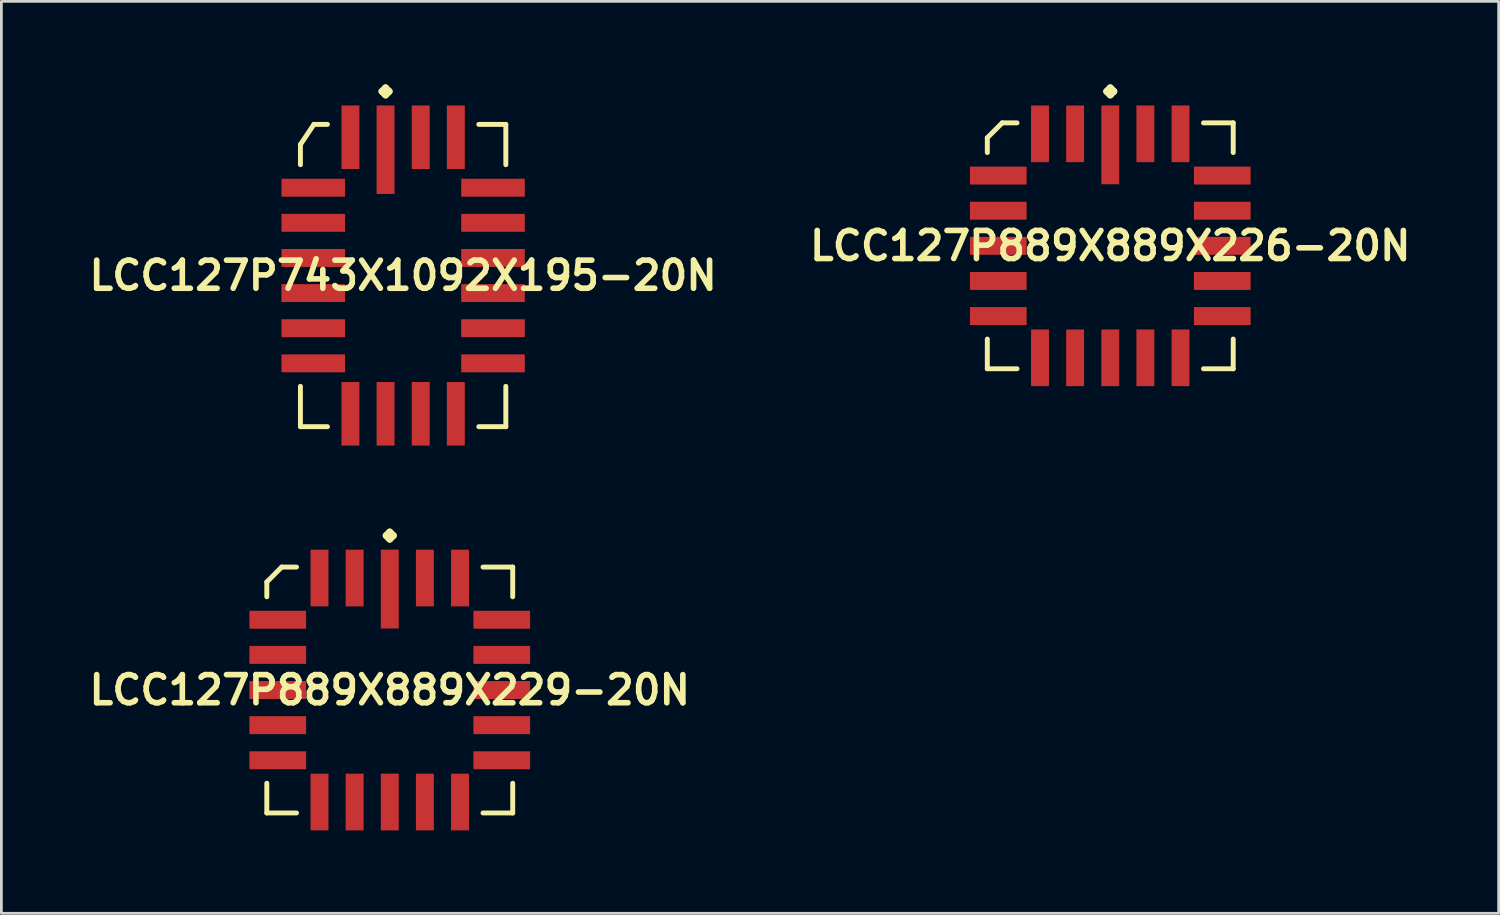
<source format=kicad_pcb>
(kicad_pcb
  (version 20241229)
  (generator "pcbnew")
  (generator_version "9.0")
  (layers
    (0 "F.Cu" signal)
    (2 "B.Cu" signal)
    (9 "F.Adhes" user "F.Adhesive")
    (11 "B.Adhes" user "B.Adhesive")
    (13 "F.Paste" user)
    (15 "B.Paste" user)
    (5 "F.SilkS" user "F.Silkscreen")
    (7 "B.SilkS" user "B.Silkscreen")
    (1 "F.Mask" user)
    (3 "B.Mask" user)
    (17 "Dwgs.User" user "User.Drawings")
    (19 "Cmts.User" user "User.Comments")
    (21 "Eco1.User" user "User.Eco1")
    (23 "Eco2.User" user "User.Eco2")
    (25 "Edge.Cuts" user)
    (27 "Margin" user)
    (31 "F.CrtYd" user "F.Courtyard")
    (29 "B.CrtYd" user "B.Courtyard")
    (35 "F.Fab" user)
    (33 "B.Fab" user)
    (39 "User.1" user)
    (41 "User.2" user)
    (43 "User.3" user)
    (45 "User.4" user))
  (footprint "LCC127P889X889X229-20N"
    (layer "F.Cu")
    (at 11.041 21.896)
    (property "Reference" "LCC127P889X889X229-20N" (at 0 0 0) (layer "F.SilkS") (effects (font (size 1.016 1.016) (thickness 0.203))))
    (attr smd)
    (fp_line (start -4.445 -3.907) (end -3.907 -4.445) (stroke (width 0.178) (type solid)) (layer "F.SilkS"))
    (fp_line (start -4.445 -3.371) (end -4.445 -3.907) (stroke (width 0.178) (type solid)) (layer "F.SilkS"))
    (fp_line (start -4.445 3.371) (end -4.445 4.445) (stroke (width 0.178) (type solid)) (layer "F.SilkS"))
    (fp_line (start -4.445 4.445) (end -3.371 4.445) (stroke (width 0.178) (type solid)) (layer "F.SilkS"))
    (fp_line (start -3.907 -4.445) (end -3.371 -4.445) (stroke (width 0.178) (type solid)) (layer "F.SilkS"))
    (fp_line (start -0.127 -5.583) (end 0 -5.71) (stroke (width 0.254) (type solid)) (layer "F.SilkS"))
    (fp_line (start 0 -5.71) (end 0.127 -5.583) (stroke (width 0.254) (type solid)) (layer "F.SilkS"))
    (fp_line (start 0 -5.456) (end -0.127 -5.583) (stroke (width 0.254) (type solid)) (layer "F.SilkS"))
    (fp_line (start 0.127 -5.583) (end 0 -5.456) (stroke (width 0.254) (type solid)) (layer "F.SilkS"))
    (fp_line (start 4.445 -4.445) (end 3.371 -4.445) (stroke (width 0.178) (type solid)) (layer "F.SilkS"))
    (fp_line (start 4.445 -3.371) (end 4.445 -4.445) (stroke (width 0.178) (type solid)) (layer "F.SilkS"))
    (fp_line (start 4.445 3.371) (end 4.445 4.445) (stroke (width 0.178) (type solid)) (layer "F.SilkS"))
    (fp_line (start 4.445 4.445) (end 3.371 4.445) (stroke (width 0.178) (type solid)) (layer "F.SilkS"))
    (pad "1" smd rect (at 0 -3.65) (size 0.648 2.85) (layers "F.Cu" "F.Mask" "F.Paste"))
    (pad "2" smd rect (at -1.27 -4.049) (size 0.648 2.05) (layers "F.Cu" "F.Mask" "F.Paste"))
    (pad "3" smd rect (at -2.54 -4.049) (size 0.648 2.05) (layers "F.Cu" "F.Mask" "F.Paste"))
    (pad "4" smd rect (at -4.049 -2.54) (size 2.05 0.648) (layers "F.Cu" "F.Mask" "F.Paste"))
    (pad "5" smd rect (at -4.049 -1.27) (size 2.05 0.648) (layers "F.Cu" "F.Mask" "F.Paste"))
    (pad "6" smd rect (at -4.049 0) (size 2.05 0.648) (layers "F.Cu" "F.Mask" "F.Paste"))
    (pad "7" smd rect (at -4.049 1.27) (size 2.05 0.648) (layers "F.Cu" "F.Mask" "F.Paste"))
    (pad "8" smd rect (at -4.049 2.54) (size 2.05 0.648) (layers "F.Cu" "F.Mask" "F.Paste"))
    (pad "9" smd rect (at -2.54 4.049) (size 0.648 2.05) (layers "F.Cu" "F.Mask" "F.Paste"))
    (pad "10" smd rect (at -1.27 4.049) (size 0.648 2.05) (layers "F.Cu" "F.Mask" "F.Paste"))
    (pad "11" smd rect (at 0 4.049) (size 0.648 2.05) (layers "F.Cu" "F.Mask" "F.Paste"))
    (pad "12" smd rect (at 1.27 4.049) (size 0.648 2.05) (layers "F.Cu" "F.Mask" "F.Paste"))
    (pad "13" smd rect (at 2.54 4.049) (size 0.648 2.05) (layers "F.Cu" "F.Mask" "F.Paste"))
    (pad "14" smd rect (at 4.049 2.54) (size 2.05 0.648) (layers "F.Cu" "F.Mask" "F.Paste"))
    (pad "15" smd rect (at 4.049 1.27) (size 2.05 0.648) (layers "F.Cu" "F.Mask" "F.Paste"))
    (pad "16" smd rect (at 4.049 0) (size 2.05 0.648) (layers "F.Cu" "F.Mask" "F.Paste"))
    (pad "17" smd rect (at 4.049 -1.27) (size 2.05 0.648) (layers "F.Cu" "F.Mask" "F.Paste"))
    (pad "18" smd rect (at 4.049 -2.54) (size 2.05 0.648) (layers "F.Cu" "F.Mask" "F.Paste"))
    (pad "19" smd rect (at 2.54 -4.049) (size 0.648 2.05) (layers "F.Cu" "F.Mask" "F.Paste"))
    (pad "20" smd rect (at 1.27 -4.049) (size 0.648 2.05) (layers "F.Cu" "F.Mask" "F.Paste")))
  (footprint "LCC127P889X889X226-20N"
    (layer "F.Cu")
    (at 37.089 5.837)
    (property "Reference" "LCC127P889X889X226-20N" (at 0 0 0) (layer "F.SilkS") (effects (font (size 1.016 1.016) (thickness 0.203))))
    (attr smd)
    (fp_line (start -4.445 -3.907) (end -3.907 -4.445) (stroke (width 0.178) (type solid)) (layer "F.SilkS"))
    (fp_line (start -4.445 -3.371) (end -4.445 -3.907) (stroke (width 0.178) (type solid)) (layer "F.SilkS"))
    (fp_line (start -4.445 3.371) (end -4.445 4.445) (stroke (width 0.178) (type solid)) (layer "F.SilkS"))
    (fp_line (start -4.445 4.445) (end -3.371 4.445) (stroke (width 0.178) (type solid)) (layer "F.SilkS"))
    (fp_line (start -3.907 -4.445) (end -3.371 -4.445) (stroke (width 0.178) (type solid)) (layer "F.SilkS"))
    (fp_line (start -0.127 -5.583) (end 0 -5.71) (stroke (width 0.254) (type solid)) (layer "F.SilkS"))
    (fp_line (start 0 -5.71) (end 0.127 -5.583) (stroke (width 0.254) (type solid)) (layer "F.SilkS"))
    (fp_line (start 0 -5.456) (end -0.127 -5.583) (stroke (width 0.254) (type solid)) (layer "F.SilkS"))
    (fp_line (start 0.127 -5.583) (end 0 -5.456) (stroke (width 0.254) (type solid)) (layer "F.SilkS"))
    (fp_line (start 4.445 -4.445) (end 3.371 -4.445) (stroke (width 0.178) (type solid)) (layer "F.SilkS"))
    (fp_line (start 4.445 -3.371) (end 4.445 -4.445) (stroke (width 0.178) (type solid)) (layer "F.SilkS"))
    (fp_line (start 4.445 3.371) (end 4.445 4.445) (stroke (width 0.178) (type solid)) (layer "F.SilkS"))
    (fp_line (start 4.445 4.445) (end 3.371 4.445) (stroke (width 0.178) (type solid)) (layer "F.SilkS"))
    (pad "1" smd rect (at 0 -3.65) (size 0.648 2.85) (layers "F.Cu" "F.Mask" "F.Paste"))
    (pad "2" smd rect (at -1.27 -4.049) (size 0.648 2.05) (layers "F.Cu" "F.Mask" "F.Paste"))
    (pad "3" smd rect (at -2.54 -4.049) (size 0.648 2.05) (layers "F.Cu" "F.Mask" "F.Paste"))
    (pad "4" smd rect (at -4.049 -2.54) (size 2.05 0.648) (layers "F.Cu" "F.Mask" "F.Paste"))
    (pad "5" smd rect (at -4.049 -1.27) (size 2.05 0.648) (layers "F.Cu" "F.Mask" "F.Paste"))
    (pad "6" smd rect (at -4.049 0) (size 2.05 0.648) (layers "F.Cu" "F.Mask" "F.Paste"))
    (pad "7" smd rect (at -4.049 1.27) (size 2.05 0.648) (layers "F.Cu" "F.Mask" "F.Paste"))
    (pad "8" smd rect (at -4.049 2.54) (size 2.05 0.648) (layers "F.Cu" "F.Mask" "F.Paste"))
    (pad "9" smd rect (at -2.54 4.049) (size 0.648 2.05) (layers "F.Cu" "F.Mask" "F.Paste"))
    (pad "10" smd rect (at -1.27 4.049) (size 0.648 2.05) (layers "F.Cu" "F.Mask" "F.Paste"))
    (pad "11" smd rect (at 0 4.049) (size 0.648 2.05) (layers "F.Cu" "F.Mask" "F.Paste"))
    (pad "12" smd rect (at 1.27 4.049) (size 0.648 2.05) (layers "F.Cu" "F.Mask" "F.Paste"))
    (pad "13" smd rect (at 2.54 4.049) (size 0.648 2.05) (layers "F.Cu" "F.Mask" "F.Paste"))
    (pad "14" smd rect (at 4.049 2.54) (size 2.05 0.648) (layers "F.Cu" "F.Mask" "F.Paste"))
    (pad "15" smd rect (at 4.049 1.27) (size 2.05 0.648) (layers "F.Cu" "F.Mask" "F.Paste"))
    (pad "16" smd rect (at 4.049 0) (size 2.05 0.648) (layers "F.Cu" "F.Mask" "F.Paste"))
    (pad "17" smd rect (at 4.049 -1.27) (size 2.05 0.648) (layers "F.Cu" "F.Mask" "F.Paste"))
    (pad "18" smd rect (at 4.049 -2.54) (size 2.05 0.648) (layers "F.Cu" "F.Mask" "F.Paste"))
    (pad "19" smd rect (at 2.54 -4.049) (size 0.648 2.05) (layers "F.Cu" "F.Mask" "F.Paste"))
    (pad "20" smd rect (at 1.27 -4.049) (size 0.648 2.05) (layers "F.Cu" "F.Mask" "F.Paste")))
  (footprint "LCC127P743X1092X195-20N"
    (layer "F.Cu")
    (at 11.524 6.911)
    (property "Reference" "LCC127P743X1092X195-20N" (at 0 0 0) (layer "F.SilkS") (effects (font (size 1.016 1.016) (thickness 0.203))))
    (attr smd)
    (fp_line (start -3.713 -4.735) (end -3.226 -5.464) (stroke (width 0.178) (type solid)) (layer "F.SilkS"))
    (fp_line (start -3.713 -4.006) (end -3.713 -4.735) (stroke (width 0.178) (type solid)) (layer "F.SilkS"))
    (fp_line (start -3.713 4.006) (end -3.713 5.464) (stroke (width 0.178) (type solid)) (layer "F.SilkS"))
    (fp_line (start -3.713 5.464) (end -2.736 5.464) (stroke (width 0.178) (type solid)) (layer "F.SilkS"))
    (fp_line (start -3.226 -5.464) (end -2.736 -5.464) (stroke (width 0.178) (type solid)) (layer "F.SilkS"))
    (fp_line (start -0.762 -6.657) (end -0.635 -6.784) (stroke (width 0.254) (type solid)) (layer "F.SilkS"))
    (fp_line (start -0.635 -6.784) (end -0.508 -6.657) (stroke (width 0.254) (type solid)) (layer "F.SilkS"))
    (fp_line (start -0.635 -6.53) (end -0.762 -6.657) (stroke (width 0.254) (type solid)) (layer "F.SilkS"))
    (fp_line (start -0.508 -6.657) (end -0.635 -6.53) (stroke (width 0.254) (type solid)) (layer "F.SilkS"))
    (fp_line (start 3.713 -5.464) (end 2.736 -5.464) (stroke (width 0.178) (type solid)) (layer "F.SilkS"))
    (fp_line (start 3.713 -4.006) (end 3.713 -5.464) (stroke (width 0.178) (type solid)) (layer "F.SilkS"))
    (fp_line (start 3.713 4.006) (end 3.713 5.464) (stroke (width 0.178) (type solid)) (layer "F.SilkS"))
    (fp_line (start 3.713 5.464) (end 2.736 5.464) (stroke (width 0.178) (type solid)) (layer "F.SilkS"))
    (pad "1" smd rect (at -0.635 -4.549) (size 0.648 3.198) (layers "F.Cu" "F.Mask" "F.Paste"))
    (pad "2" smd rect (at -1.905 -4.999) (size 0.648 2.299) (layers "F.Cu" "F.Mask" "F.Paste"))
    (pad "3" smd rect (at -3.249 -3.175) (size 2.299 0.648) (layers "F.Cu" "F.Mask" "F.Paste"))
    (pad "4" smd rect (at -3.249 -1.905) (size 2.299 0.648) (layers "F.Cu" "F.Mask" "F.Paste"))
    (pad "5" smd rect (at -3.249 -0.635) (size 2.299 0.648) (layers "F.Cu" "F.Mask" "F.Paste"))
    (pad "6" smd rect (at -3.249 0.635) (size 2.299 0.648) (layers "F.Cu" "F.Mask" "F.Paste"))
    (pad "7" smd rect (at -3.249 1.905) (size 2.299 0.648) (layers "F.Cu" "F.Mask" "F.Paste"))
    (pad "8" smd rect (at -3.249 3.175) (size 2.299 0.648) (layers "F.Cu" "F.Mask" "F.Paste"))
    (pad "9" smd rect (at -1.905 4.999) (size 0.648 2.299) (layers "F.Cu" "F.Mask" "F.Paste"))
    (pad "10" smd rect (at -0.635 4.999) (size 0.648 2.299) (layers "F.Cu" "F.Mask" "F.Paste"))
    (pad "11" smd rect (at 0.635 4.999) (size 0.648 2.299) (layers "F.Cu" "F.Mask" "F.Paste"))
    (pad "12" smd rect (at 1.905 4.999) (size 0.648 2.299) (layers "F.Cu" "F.Mask" "F.Paste"))
    (pad "13" smd rect (at 3.249 3.175) (size 2.299 0.648) (layers "F.Cu" "F.Mask" "F.Paste"))
    (pad "14" smd rect (at 3.249 1.905) (size 2.299 0.648) (layers "F.Cu" "F.Mask" "F.Paste"))
    (pad "15" smd rect (at 3.249 0.635) (size 2.299 0.648) (layers "F.Cu" "F.Mask" "F.Paste"))
    (pad "16" smd rect (at 3.249 -0.635) (size 2.299 0.648) (layers "F.Cu" "F.Mask" "F.Paste"))
    (pad "17" smd rect (at 3.249 -1.905) (size 2.299 0.648) (layers "F.Cu" "F.Mask" "F.Paste"))
    (pad "18" smd rect (at 3.249 -3.175) (size 2.299 0.648) (layers "F.Cu" "F.Mask" "F.Paste"))
    (pad "19" smd rect (at 1.905 -4.999) (size 0.648 2.299) (layers "F.Cu" "F.Mask" "F.Paste"))
    (pad "20" smd rect (at 0.635 -4.999) (size 0.648 2.299) (layers "F.Cu" "F.Mask" "F.Paste")))
  (gr_rect
    (start -3 -3)
    (end 51.13 29.97)
    (stroke (width 0.1) (type default))
    (fill no)
    (layer "Edge.Cuts")))
</source>
